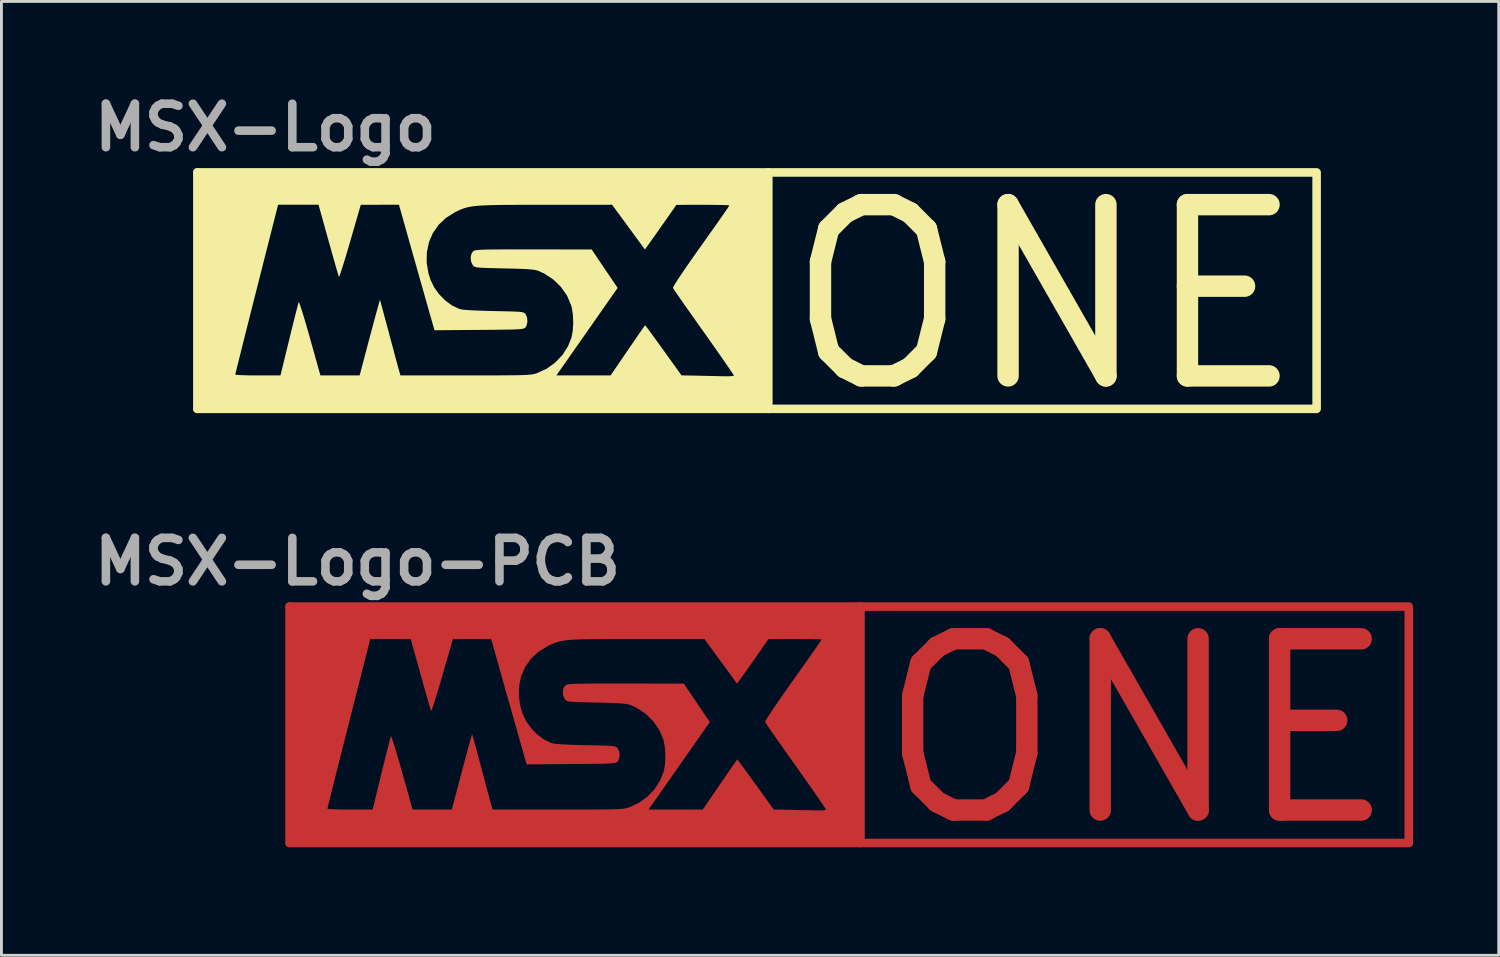
<source format=kicad_pcb>
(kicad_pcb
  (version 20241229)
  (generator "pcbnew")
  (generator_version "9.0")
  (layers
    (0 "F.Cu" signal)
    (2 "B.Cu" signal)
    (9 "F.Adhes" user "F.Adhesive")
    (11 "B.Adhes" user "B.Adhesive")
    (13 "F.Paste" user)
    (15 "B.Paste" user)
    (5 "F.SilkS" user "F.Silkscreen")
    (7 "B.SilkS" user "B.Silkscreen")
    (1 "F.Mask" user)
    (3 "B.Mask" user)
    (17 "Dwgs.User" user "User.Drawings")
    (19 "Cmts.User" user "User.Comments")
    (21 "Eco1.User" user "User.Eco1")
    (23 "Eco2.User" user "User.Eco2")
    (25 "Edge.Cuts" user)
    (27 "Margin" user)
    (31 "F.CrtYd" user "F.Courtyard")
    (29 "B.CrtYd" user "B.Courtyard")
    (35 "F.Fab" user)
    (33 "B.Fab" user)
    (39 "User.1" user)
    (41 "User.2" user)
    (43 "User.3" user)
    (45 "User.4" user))
  (footprint "MSX-Logo"
    (layer "F.Cu")
    (at 23.615 7.094)
    (property "Reference" "MSX-Logo" (at -17.367 -5.676 0) (layer "F.Fab") (effects (font (size 1.524 1.524) (thickness 0.3))))
    (attr board_only exclude_from_pos_files exclude_from_bom)
    (fp_line (start -19.75 -4.103) (end -19.75 4.181) (stroke (width 0.3) (type solid)) (layer "F.SilkS"))
    (fp_line (start 0.253 4.181) (end -19.75 4.181) (stroke (width 0.3) (type solid)) (layer "F.SilkS"))
    (fp_line (start 0.257 -4.103) (end -19.75 -4.103) (stroke (width 0.3) (type solid)) (layer "F.SilkS"))
    (fp_rect (start 0.253 -4.103) (end 19.463 4.181) (stroke (width 0.3) (type solid)) (fill no) (layer "F.SilkS"))
    (fp_poly (pts (xy 0.257 4.181) (xy -19.75 4.181) (xy -19.75 2.979) (xy -18.423 2.979) (xy -18.385 2.988) (xy -18.281 2.996) (xy -18.122 3.002) (xy -17.92 3.007) (xy -17.687 3.009) (xy -17.63 3.009) (xy -16.839 3.009) (xy -16.531 1.748) (xy -16.457 1.445) (xy -16.388 1.165) (xy -16.325 0.917) (xy -16.273 0.712) (xy -16.233 0.558) (xy -16.206 0.464) (xy -16.198 0.44) (xy -16.182 0.465) (xy -16.148 0.557) (xy -16.098 0.708) (xy -16.035 0.91) (xy -15.962 1.154) (xy -15.881 1.434) (xy -15.806 1.7) (xy -15.439 3.009) (xy -14.065 3.008) (xy -13.714 1.682) (xy -13.632 1.375) (xy -13.556 1.093) (xy -13.489 0.845) (xy -13.433 0.64) (xy -13.39 0.487) (xy -13.363 0.392) (xy -13.353 0.366) (xy -13.341 0.404) (xy -13.312 0.509) (xy -13.268 0.671) (xy -13.211 0.879) (xy -13.145 1.126) (xy -13.071 1.401) (xy -13.048 1.487) (xy -12.97 1.78) (xy -12.895 2.059) (xy -12.828 2.312) (xy -12.77 2.526) (xy -12.725 2.69) (xy -12.697 2.793) (xy -12.694 2.803) (xy -12.636 3.009) (xy -10.357 3.009) (xy -9.877 3.009) (xy -9.468 3.008) (xy -9.124 3.007) (xy -8.838 3.005) (xy -8.605 3.003) (xy -8.417 2.999) (xy -8.268 2.994) (xy -8.152 2.987) (xy -8.062 2.979) (xy -7.991 2.968) (xy -7.933 2.956) (xy -7.881 2.941) (xy -7.851 2.93) (xy -7.514 2.775) (xy -7.214 2.559) (xy -6.96 2.293) (xy -6.764 1.986) (xy -6.643 1.683) (xy -6.599 1.451) (xy -6.582 1.179) (xy -6.593 0.9) (xy -6.63 0.646) (xy -6.655 0.55) (xy -6.8 0.213) (xy -7.011 -0.09) (xy -7.278 -0.35) (xy -7.593 -0.558) (xy -7.807 -0.656) (xy -7.875 -0.676) (xy -7.971 -0.693) (xy -8.102 -0.707) (xy -8.278 -0.718) (xy -8.509 -0.728) (xy -8.804 -0.736) (xy -8.998 -0.74) (xy -9.308 -0.747) (xy -9.549 -0.753) (xy -9.731 -0.76) (xy -9.863 -0.767) (xy -9.955 -0.777) (xy -10.015 -0.791) (xy -10.055 -0.808) (xy -10.082 -0.831) (xy -10.102 -0.855) (xy -10.161 -0.978) (xy -10.176 -1.124) (xy -10.145 -1.259) (xy -10.098 -1.329) (xy -10.079 -1.346) (xy -10.054 -1.361) (xy -10.017 -1.373) (xy -9.962 -1.382) (xy -9.881 -1.39) (xy -9.769 -1.396) (xy -9.619 -1.4) (xy -9.425 -1.403) (xy -9.179 -1.405) (xy -8.877 -1.406) (xy -8.51 -1.406) (xy -8.073 -1.406) (xy -7.978 -1.406) (xy -5.937 -1.404) (xy -5.481 -0.73) (xy -5.026 -0.057) (xy -5.886 1.173) (xy -6.089 1.462) (xy -6.286 1.744) (xy -6.471 2.008) (xy -6.637 2.245) (xy -6.778 2.447) (xy -6.888 2.604) (xy -6.96 2.706) (xy -6.96 2.706) (xy -7.173 3.009) (xy -6.223 3.008) (xy -5.272 3.008) (xy -4.672 2.129) (xy -4.514 1.898) (xy -4.371 1.69) (xy -4.249 1.513) (xy -4.152 1.375) (xy -4.088 1.285) (xy -4.062 1.25) (xy -4.061 1.25) (xy -4.037 1.281) (xy -3.973 1.366) (xy -3.875 1.5) (xy -3.749 1.672) (xy -3.601 1.876) (xy -3.438 2.103) (xy -3.419 2.128) (xy -2.788 3.007) (xy -2.213 3.018) (xy -1.972 3.024) (xy -1.725 3.029) (xy -1.498 3.034) (xy -1.318 3.039) (xy -1.296 3.039) (xy -1.138 3.039) (xy -1.021 3.032) (xy -0.96 3.017) (xy -0.954 3.011) (xy -0.976 2.972) (xy -1.039 2.877) (xy -1.139 2.731) (xy -1.27 2.54) (xy -1.429 2.312) (xy -1.611 2.052) (xy -1.812 1.767) (xy -2.011 1.486) (xy -2.226 1.183) (xy -2.427 0.898) (xy -2.61 0.638) (xy -2.77 0.409) (xy -2.902 0.219) (xy -3.003 0.073) (xy -3.067 -0.022) (xy -3.089 -0.058) (xy -3.072 -0.102) (xy -3.011 -0.205) (xy -2.912 -0.36) (xy -2.775 -0.565) (xy -2.606 -0.812) (xy -2.407 -1.098) (xy -2.182 -1.418) (xy -2.11 -1.518) (xy -1.902 -1.811) (xy -1.709 -2.084) (xy -1.534 -2.331) (xy -1.384 -2.546) (xy -1.262 -2.721) (xy -1.173 -2.85) (xy -1.122 -2.927) (xy -1.111 -2.946) (xy -1.148 -2.953) (xy -1.253 -2.959) (xy -1.414 -2.963) (xy -1.621 -2.967) (xy -1.864 -2.968) (xy -2.039 -2.969) (xy -2.967 -2.967) (xy -3.338 -2.438) (xy -3.48 -2.236) (xy -3.621 -2.034) (xy -3.751 -1.851) (xy -3.854 -1.706) (xy -3.89 -1.655) (xy -4.071 -1.403) (xy -5.22 -2.97) (xy -7.551 -2.969) (xy -8.072 -2.969) (xy -8.52 -2.968) (xy -8.904 -2.966) (xy -9.229 -2.962) (xy -9.502 -2.956) (xy -9.731 -2.947) (xy -9.92 -2.935) (xy -10.078 -2.919) (xy -10.21 -2.898) (xy -10.323 -2.873) (xy -10.425 -2.842) (xy -10.52 -2.805) (xy -10.617 -2.761) (xy -10.716 -2.713) (xy -11.034 -2.516) (xy -11.295 -2.271) (xy -11.497 -1.983) (xy -11.636 -1.661) (xy -11.71 -1.313) (xy -11.717 -0.945) (xy -11.654 -0.566) (xy -11.58 -0.334) (xy -11.453 -0.074) (xy -11.276 0.17) (xy -11.065 0.384) (xy -10.834 0.555) (xy -10.597 0.669) (xy -10.501 0.696) (xy -10.41 0.708) (xy -10.254 0.721) (xy -10.046 0.732) (xy -9.8 0.742) (xy -9.528 0.751) (xy -9.318 0.755) (xy -9.014 0.761) (xy -8.778 0.767) (xy -8.601 0.773) (xy -8.473 0.78) (xy -8.386 0.79) (xy -8.328 0.804) (xy -8.291 0.822) (xy -8.265 0.846) (xy -8.253 0.86) (xy -8.199 0.978) (xy -8.186 1.124) (xy -8.215 1.26) (xy -8.252 1.322) (xy -8.271 1.342) (xy -8.297 1.358) (xy -8.337 1.371) (xy -8.398 1.382) (xy -8.487 1.39) (xy -8.613 1.397) (xy -8.782 1.402) (xy -9.003 1.405) (xy -9.282 1.409) (xy -9.627 1.412) (xy -9.882 1.414) (xy -11.443 1.426) (xy -11.682 0.586) (xy -11.753 0.337) (xy -11.84 0.03) (xy -11.939 -0.318) (xy -12.044 -0.691) (xy -12.152 -1.071) (xy -12.256 -1.441) (xy -12.305 -1.612) (xy -12.687 -2.97) (xy -13.356 -2.97) (xy -14.025 -2.969) (xy -14.397 -1.683) (xy -14.484 -1.383) (xy -14.566 -1.11) (xy -14.639 -0.873) (xy -14.7 -0.68) (xy -14.748 -0.539) (xy -14.779 -0.458) (xy -14.791 -0.443) (xy -14.807 -0.49) (xy -14.841 -0.604) (xy -14.89 -0.774) (xy -14.953 -0.993) (xy -15.025 -1.249) (xy -15.105 -1.535) (xy -15.16 -1.729) (xy -15.505 -2.97) (xy -16.922 -2.97) (xy -17.673 -0.01) (xy -17.791 0.457) (xy -17.904 0.902) (xy -18.009 1.319) (xy -18.106 1.703) (xy -18.192 2.047) (xy -18.267 2.347) (xy -18.329 2.595) (xy -18.377 2.786) (xy -18.408 2.915) (xy -18.422 2.976) (xy -18.423 2.979) (xy -19.75 2.979) (xy -19.75 -4.103) (xy 0.257 -4.103)) (stroke (width 0) (type solid)) (fill yes) (layer "F.SilkS"))
    (fp_text user "ONE" (at 9.938 0.289 0) (unlocked yes) (layer "F.SilkS") (effects (font (size 6 6) (thickness 0.75)))))
  (footprint "MSX-Logo-PCB"
    (layer "F.Cu")
    (at 26.844 22.304)
    (property "Reference" "MSX-Logo-PCB" (at -17.367 -5.676 0) (layer "F.Fab") (effects (font (size 1.524 1.524) (thickness 0.3))))
    (attr board_only exclude_from_pos_files exclude_from_bom)
    (fp_line (start -19.75 -4.103) (end -19.75 4.181) (stroke (width 0.3) (type solid)) (layer "F.Cu"))
    (fp_line (start 0.253 4.181) (end -19.75 4.181) (stroke (width 0.3) (type solid)) (layer "F.Cu"))
    (fp_line (start 0.257 -4.103) (end -19.75 -4.103) (stroke (width 0.3) (type solid)) (layer "F.Cu"))
    (fp_rect (start 0.253 -4.103) (end 19.463 4.181) (stroke (width 0.3) (type solid)) (fill no) (layer "F.Cu"))
    (fp_poly (pts (xy 0.257 4.181) (xy -19.75 4.181) (xy -19.75 2.979) (xy -18.423 2.979) (xy -18.385 2.988) (xy -18.281 2.996) (xy -18.122 3.002) (xy -17.92 3.007) (xy -17.687 3.009) (xy -17.63 3.009) (xy -16.839 3.009) (xy -16.531 1.748) (xy -16.457 1.445) (xy -16.388 1.165) (xy -16.325 0.917) (xy -16.273 0.712) (xy -16.233 0.558) (xy -16.206 0.464) (xy -16.198 0.44) (xy -16.182 0.465) (xy -16.148 0.557) (xy -16.098 0.708) (xy -16.035 0.91) (xy -15.962 1.154) (xy -15.881 1.434) (xy -15.806 1.7) (xy -15.439 3.009) (xy -14.065 3.008) (xy -13.714 1.682) (xy -13.632 1.375) (xy -13.556 1.093) (xy -13.489 0.845) (xy -13.433 0.64) (xy -13.39 0.487) (xy -13.363 0.392) (xy -13.353 0.366) (xy -13.341 0.404) (xy -13.312 0.509) (xy -13.268 0.671) (xy -13.211 0.879) (xy -13.145 1.126) (xy -13.071 1.401) (xy -13.048 1.487) (xy -12.97 1.78) (xy -12.895 2.059) (xy -12.828 2.312) (xy -12.77 2.526) (xy -12.725 2.69) (xy -12.697 2.793) (xy -12.694 2.803) (xy -12.636 3.009) (xy -10.357 3.009) (xy -9.877 3.009) (xy -9.468 3.008) (xy -9.124 3.007) (xy -8.838 3.005) (xy -8.605 3.003) (xy -8.417 2.999) (xy -8.268 2.994) (xy -8.152 2.987) (xy -8.062 2.979) (xy -7.991 2.968) (xy -7.933 2.956) (xy -7.881 2.941) (xy -7.851 2.93) (xy -7.514 2.775) (xy -7.214 2.559) (xy -6.96 2.293) (xy -6.764 1.986) (xy -6.643 1.683) (xy -6.599 1.451) (xy -6.582 1.179) (xy -6.593 0.9) (xy -6.63 0.646) (xy -6.655 0.55) (xy -6.8 0.213) (xy -7.011 -0.09) (xy -7.278 -0.35) (xy -7.593 -0.558) (xy -7.807 -0.656) (xy -7.875 -0.676) (xy -7.971 -0.693) (xy -8.102 -0.707) (xy -8.278 -0.718) (xy -8.509 -0.728) (xy -8.804 -0.736) (xy -8.998 -0.74) (xy -9.308 -0.747) (xy -9.549 -0.753) (xy -9.731 -0.76) (xy -9.863 -0.767) (xy -9.955 -0.777) (xy -10.015 -0.791) (xy -10.055 -0.808) (xy -10.082 -0.831) (xy -10.102 -0.855) (xy -10.161 -0.978) (xy -10.176 -1.124) (xy -10.145 -1.259) (xy -10.098 -1.329) (xy -10.079 -1.346) (xy -10.054 -1.361) (xy -10.017 -1.373) (xy -9.962 -1.382) (xy -9.881 -1.39) (xy -9.769 -1.396) (xy -9.619 -1.4) (xy -9.425 -1.403) (xy -9.179 -1.405) (xy -8.877 -1.406) (xy -8.51 -1.406) (xy -8.073 -1.406) (xy -7.978 -1.406) (xy -5.937 -1.404) (xy -5.481 -0.73) (xy -5.026 -0.057) (xy -5.886 1.173) (xy -6.089 1.462) (xy -6.286 1.744) (xy -6.471 2.008) (xy -6.637 2.245) (xy -6.778 2.447) (xy -6.888 2.604) (xy -6.96 2.706) (xy -6.96 2.706) (xy -7.173 3.009) (xy -6.223 3.008) (xy -5.272 3.008) (xy -4.672 2.129) (xy -4.514 1.898) (xy -4.371 1.69) (xy -4.249 1.513) (xy -4.152 1.375) (xy -4.088 1.285) (xy -4.062 1.25) (xy -4.061 1.25) (xy -4.037 1.281) (xy -3.973 1.366) (xy -3.875 1.5) (xy -3.749 1.672) (xy -3.601 1.876) (xy -3.438 2.103) (xy -3.419 2.128) (xy -2.788 3.007) (xy -2.213 3.018) (xy -1.972 3.024) (xy -1.725 3.029) (xy -1.498 3.034) (xy -1.318 3.039) (xy -1.296 3.039) (xy -1.138 3.039) (xy -1.021 3.032) (xy -0.96 3.017) (xy -0.954 3.011) (xy -0.976 2.972) (xy -1.039 2.877) (xy -1.139 2.731) (xy -1.27 2.54) (xy -1.429 2.312) (xy -1.611 2.052) (xy -1.812 1.767) (xy -2.011 1.486) (xy -2.226 1.183) (xy -2.427 0.898) (xy -2.61 0.638) (xy -2.77 0.409) (xy -2.902 0.219) (xy -3.003 0.073) (xy -3.067 -0.022) (xy -3.089 -0.058) (xy -3.072 -0.102) (xy -3.011 -0.205) (xy -2.912 -0.36) (xy -2.775 -0.565) (xy -2.606 -0.812) (xy -2.407 -1.098) (xy -2.182 -1.418) (xy -2.11 -1.518) (xy -1.902 -1.811) (xy -1.709 -2.084) (xy -1.534 -2.331) (xy -1.384 -2.546) (xy -1.262 -2.721) (xy -1.173 -2.85) (xy -1.122 -2.927) (xy -1.111 -2.946) (xy -1.148 -2.953) (xy -1.253 -2.959) (xy -1.414 -2.963) (xy -1.621 -2.967) (xy -1.864 -2.968) (xy -2.039 -2.969) (xy -2.967 -2.967) (xy -3.338 -2.438) (xy -3.48 -2.236) (xy -3.621 -2.034) (xy -3.751 -1.851) (xy -3.854 -1.706) (xy -3.89 -1.655) (xy -4.071 -1.403) (xy -5.22 -2.97) (xy -7.551 -2.969) (xy -8.072 -2.969) (xy -8.52 -2.968) (xy -8.904 -2.966) (xy -9.229 -2.962) (xy -9.502 -2.956) (xy -9.731 -2.947) (xy -9.92 -2.935) (xy -10.078 -2.919) (xy -10.21 -2.898) (xy -10.323 -2.873) (xy -10.425 -2.842) (xy -10.52 -2.805) (xy -10.617 -2.761) (xy -10.716 -2.713) (xy -11.034 -2.516) (xy -11.295 -2.271) (xy -11.497 -1.983) (xy -11.636 -1.661) (xy -11.71 -1.313) (xy -11.717 -0.945) (xy -11.654 -0.566) (xy -11.58 -0.334) (xy -11.453 -0.074) (xy -11.276 0.17) (xy -11.065 0.384) (xy -10.834 0.555) (xy -10.597 0.669) (xy -10.501 0.696) (xy -10.41 0.708) (xy -10.254 0.721) (xy -10.046 0.732) (xy -9.8 0.742) (xy -9.528 0.751) (xy -9.318 0.755) (xy -9.014 0.761) (xy -8.778 0.767) (xy -8.601 0.773) (xy -8.473 0.78) (xy -8.386 0.79) (xy -8.328 0.804) (xy -8.291 0.822) (xy -8.265 0.846) (xy -8.253 0.86) (xy -8.199 0.978) (xy -8.186 1.124) (xy -8.215 1.26) (xy -8.252 1.322) (xy -8.271 1.342) (xy -8.297 1.358) (xy -8.337 1.371) (xy -8.398 1.382) (xy -8.487 1.39) (xy -8.613 1.397) (xy -8.782 1.402) (xy -9.003 1.405) (xy -9.282 1.409) (xy -9.627 1.412) (xy -9.882 1.414) (xy -11.443 1.426) (xy -11.682 0.586) (xy -11.753 0.337) (xy -11.84 0.03) (xy -11.939 -0.318) (xy -12.044 -0.691) (xy -12.152 -1.071) (xy -12.256 -1.441) (xy -12.305 -1.612) (xy -12.687 -2.97) (xy -13.356 -2.97) (xy -14.025 -2.969) (xy -14.397 -1.683) (xy -14.484 -1.383) (xy -14.566 -1.11) (xy -14.639 -0.873) (xy -14.7 -0.68) (xy -14.748 -0.539) (xy -14.779 -0.458) (xy -14.791 -0.443) (xy -14.807 -0.49) (xy -14.841 -0.604) (xy -14.89 -0.774) (xy -14.953 -0.993) (xy -15.025 -1.249) (xy -15.105 -1.535) (xy -15.16 -1.729) (xy -15.505 -2.97) (xy -16.922 -2.97) (xy -17.673 -0.01) (xy -17.791 0.457) (xy -17.904 0.902) (xy -18.009 1.319) (xy -18.106 1.703) (xy -18.192 2.047) (xy -18.267 2.347) (xy -18.329 2.595) (xy -18.377 2.786) (xy -18.408 2.915) (xy -18.422 2.976) (xy -18.423 2.979) (xy -19.75 2.979) (xy -19.75 -4.103) (xy 0.257 -4.103)) (stroke (width 0) (type solid)) (fill yes) (layer "F.Cu"))
    (fp_text user "ONE" (at 9.938 0.289 0) (unlocked yes) (layer "F.Cu") (effects (font (size 6 6) (thickness 0.75)))))
  (gr_rect
    (start -3 -3)
    (end 49.458 30.419)
    (stroke (width 0.1) (type default))
    (fill no)
    (layer "Edge.Cuts")))
</source>
